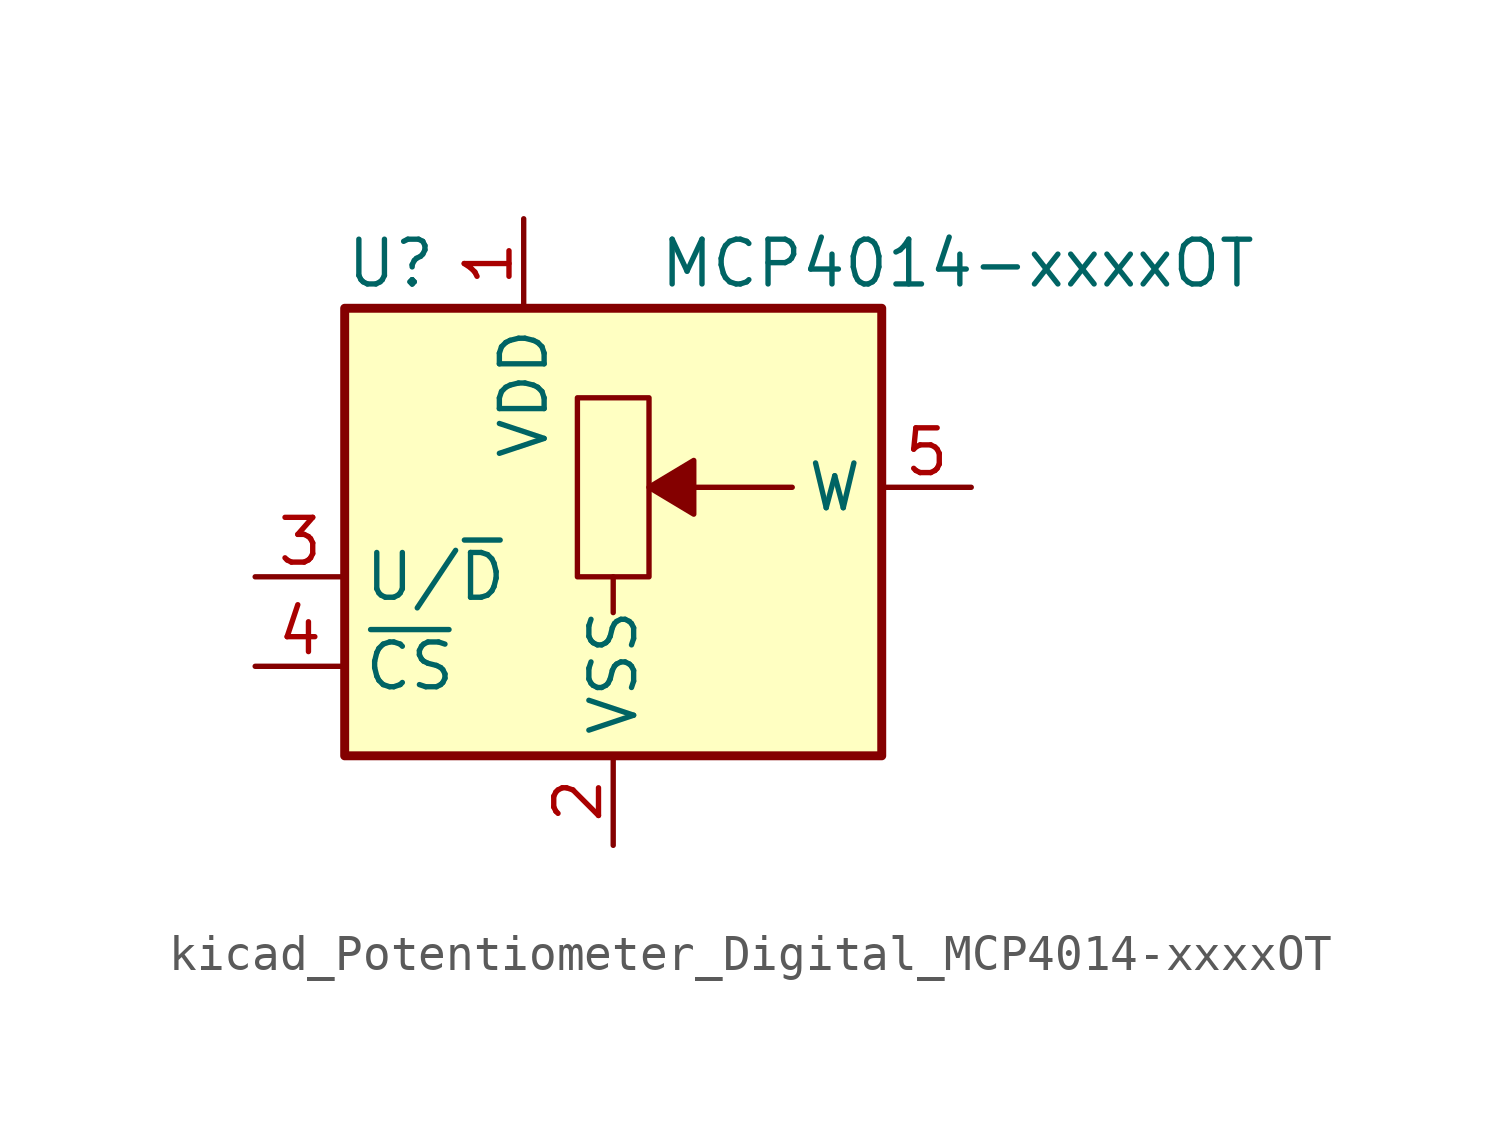
<source format=kicad_sym>
(kicad_symbol_lib
  (version 20220914)
  (generator kicad_symbol_editor)
  (symbol "kicad_Potentiometer_Digital_MCP4014-xxxxOT"
    (property "Reference" "U"
      (at -7.62 8.89 0)
      (effects (font (size 1.27 1.27)) (justify left)))
    (property "Value" "MCP4014-xxxxOT"
      (at 1.27 8.89 0)
      (effects (font (size 1.27 1.27)) (justify left)))
    (symbol "kicad_Potentiometer_Digital_MCP4014-xxxxOT_1_1"
      (rectangle (start -7.62 7.62) (end 7.62 -5.08) (stroke (width 0.254) (type default)) (fill (type background)))
      (polyline (pts (xy 0 0) (xy 0 -1.016)) (stroke (width 0) (type default)) (fill (type none)))
      (polyline (pts (xy 5.08 2.54) (xy 2.286 2.54)) (stroke (width 0) (type default)) (fill (type none)))
      (polyline (pts (xy 2.286 1.778) (xy 2.286 3.302) (xy 1.016 2.54) (xy 2.286 1.778)) (stroke (width 0) (type default)) (fill (type outline)))
      (rectangle (start 1.016 0) (end -1.016 5.08) (stroke (width 0) (type default)) (fill (type none)))
      (pin power_in line (at -2.54 10.16 270) (length 2.54) (name "VDD" (effects (font (size 1.27 1.27)))) (number "1" (effects (font (size 1.27 1.27)))))
      (pin power_in line (at 0 -7.62 90) (length 2.54) (name "VSS" (effects (font (size 1.27 1.27)))) (number "2" (effects (font (size 1.27 1.27)))))
      (pin input line (at -10.16 0 0) (length 2.54) (name "U/~{D}" (effects (font (size 1.27 1.27)))) (number "3" (effects (font (size 1.27 1.27)))))
      (pin input line (at -10.16 -2.54 0) (length 2.54) (name "~{CS}" (effects (font (size 1.27 1.27)))) (number "4" (effects (font (size 1.27 1.27)))))
      (pin passive line (at 10.16 2.54 180) (length 2.54) (name "W" (effects (font (size 1.27 1.27)))) (number "5" (effects (font (size 1.27 1.27))))))))
</source>
